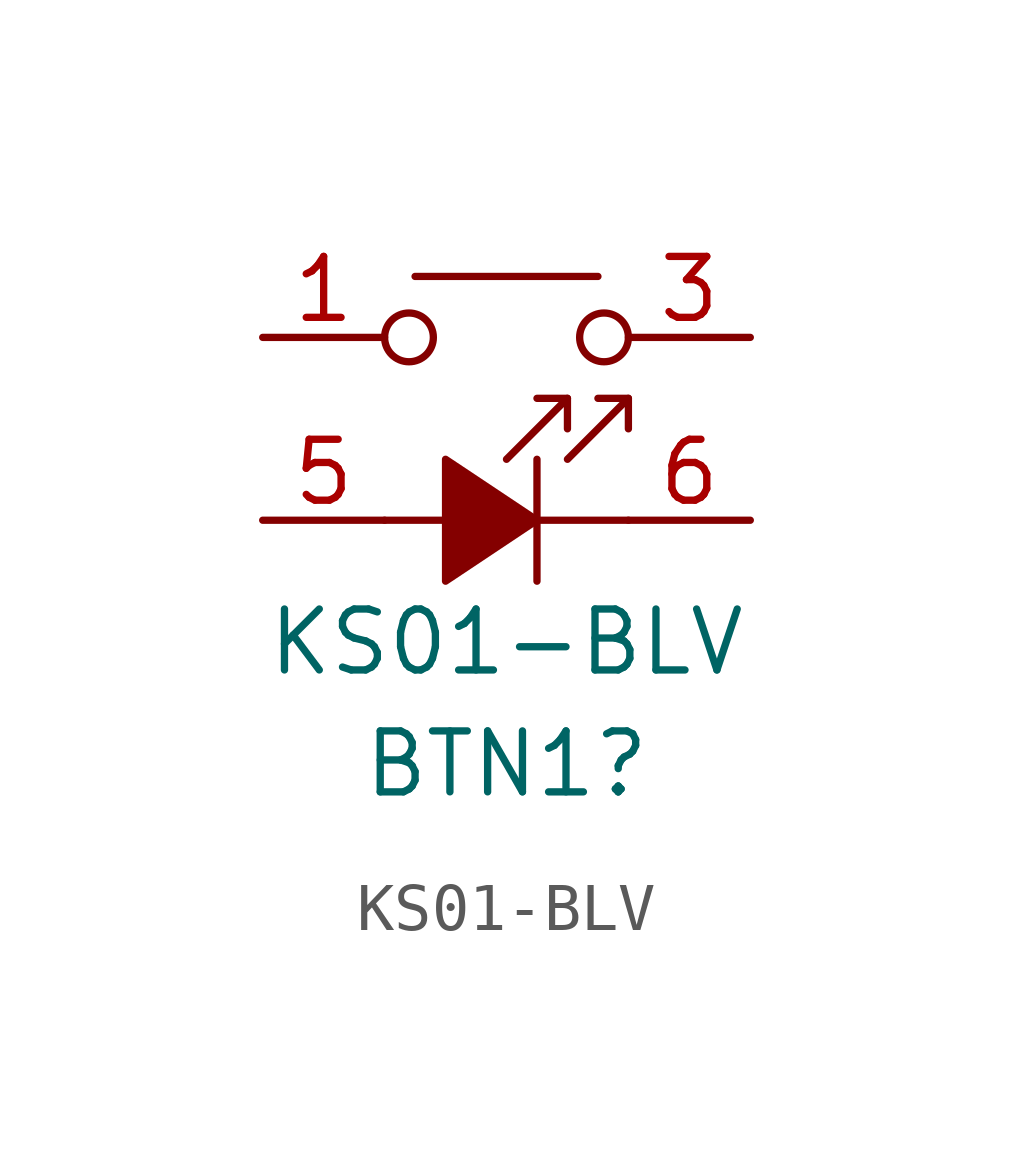
<source format=kicad_sym>
(kicad_symbol_lib
  (version 20231120)
  (generator "kicad_symbol_editor")
  (generator_version "8.0")
  (symbol "KS01-BLV"
    (pin_names
      (offset 1.016) hide)
    (property "Reference" "BTN1"
      (at 0 -6.35 0)
      (effects (font (size 1.27 1.27))))
    (property "Value" "KS01-BLV"
      (at 0 -3.81 0)
      (effects (font (size 1.27 1.27))))
    (symbol "KS01-BLV_0_0"
      (polyline (pts (xy 0.635 -2.54) (xy 0.635 0)) (stroke (width 0) (type default)) (fill (type none)))
      (polyline (pts (xy 1.27 1.27) (xy 0 0)) (stroke (width 0) (type default)) (fill (type none)))
      (polyline (pts (xy 2.54 -1.27) (xy -2.54 -1.27)) (stroke (width 0) (type default)) (fill (type none)))
      (polyline (pts (xy 2.54 1.27) (xy 1.27 0)) (stroke (width 0) (type default)) (fill (type none)))
      (polyline (pts (xy 1.27 0.635) (xy 1.27 1.27) (xy 0.635 1.27)) (stroke (width 0) (type default)) (fill (type none)))
      (polyline (pts (xy 2.54 0.635) (xy 2.54 1.27) (xy 1.905 1.27)) (stroke (width 0) (type default)) (fill (type none)))
      (polyline (pts (xy 0.635 -1.27) (xy -1.27 -2.54) (xy -1.27 0) (xy 0.635 -1.27)) (stroke (width 0) (type default)) (fill (type outline))))
    (symbol "KS01-BLV_0_1"
      (circle (center -2.032 2.54) (radius 0.508) (stroke (width 0) (type default)) (fill (type none)))
      (polyline (pts (xy -1.905 3.81) (xy 1.905 3.81)) (stroke (width 0) (type default)) (fill (type none)))
      (circle (center 2.032 2.54) (radius 0.508) (stroke (width 0) (type default)) (fill (type none)))
      (pin passive line (at -5.08 2.54 0) (length 2.54) (name "1" (effects (font (size 1.27 1.27)))) (number "1" (effects (font (size 1.27 1.27)))))
      (pin passive line (at -5.08 2.54 0) (length 2.54) hide (name "2" (effects (font (size 1.27 1.27)))) (number "2" (effects (font (size 1.27 1.27)))))
      (pin passive line (at 5.08 2.54 180) (length 2.54) (name "3" (effects (font (size 1.27 1.27)))) (number "3" (effects (font (size 1.27 1.27)))))
      (pin passive line (at 5.08 2.54 180) (length 2.54) hide (name "4" (effects (font (size 1.27 1.27)))) (number "4" (effects (font (size 1.27 1.27)))))
      (pin passive line (at -5.08 -1.27 0) (length 2.54) (name "A" (effects (font (size 1.27 1.27)))) (number "5" (effects (font (size 1.27 1.27)))))
      (pin passive line (at 5.08 -1.27 180) (length 2.54) (name "K" (effects (font (size 1.27 1.27)))) (number "6" (effects (font (size 1.27 1.27))))))))
</source>
